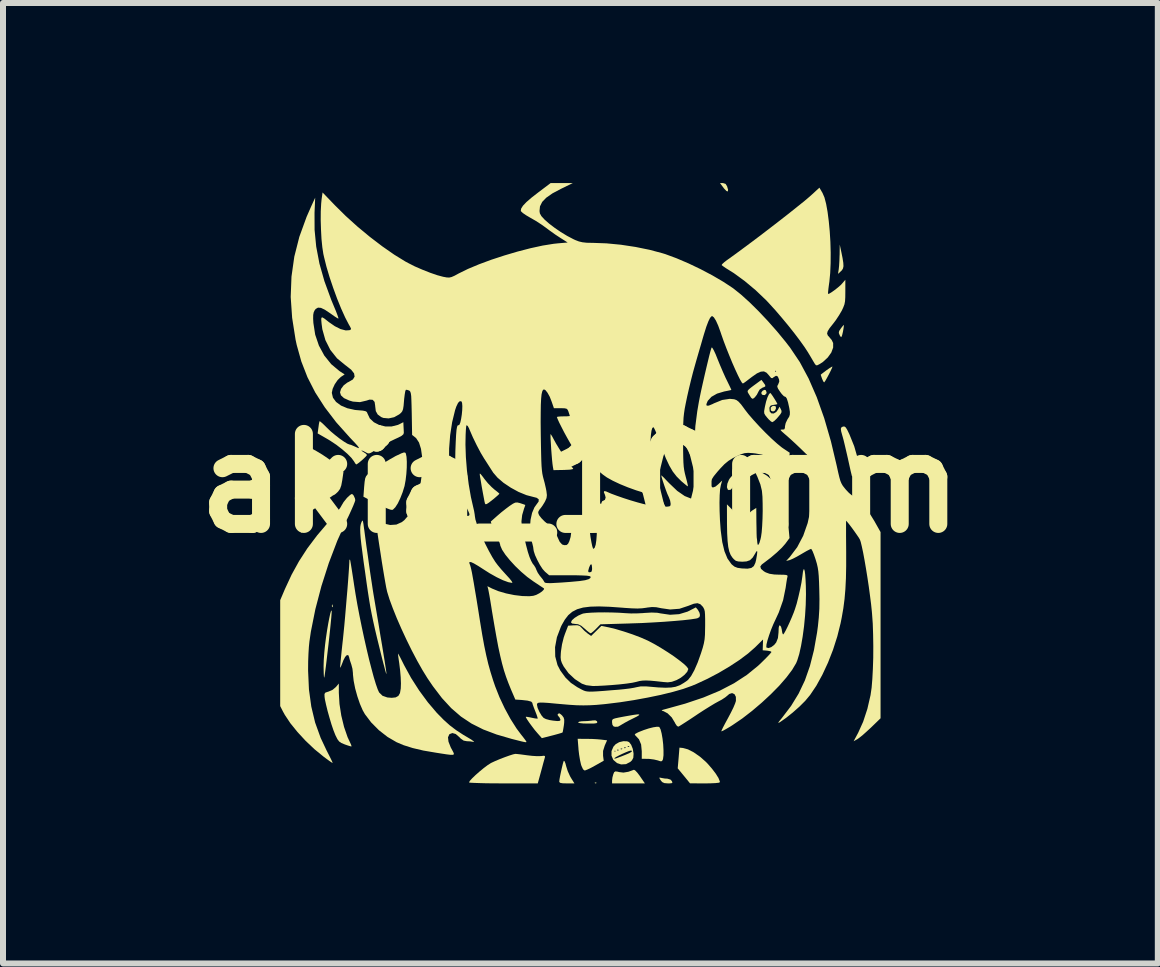
<source format=kicad_pcb>
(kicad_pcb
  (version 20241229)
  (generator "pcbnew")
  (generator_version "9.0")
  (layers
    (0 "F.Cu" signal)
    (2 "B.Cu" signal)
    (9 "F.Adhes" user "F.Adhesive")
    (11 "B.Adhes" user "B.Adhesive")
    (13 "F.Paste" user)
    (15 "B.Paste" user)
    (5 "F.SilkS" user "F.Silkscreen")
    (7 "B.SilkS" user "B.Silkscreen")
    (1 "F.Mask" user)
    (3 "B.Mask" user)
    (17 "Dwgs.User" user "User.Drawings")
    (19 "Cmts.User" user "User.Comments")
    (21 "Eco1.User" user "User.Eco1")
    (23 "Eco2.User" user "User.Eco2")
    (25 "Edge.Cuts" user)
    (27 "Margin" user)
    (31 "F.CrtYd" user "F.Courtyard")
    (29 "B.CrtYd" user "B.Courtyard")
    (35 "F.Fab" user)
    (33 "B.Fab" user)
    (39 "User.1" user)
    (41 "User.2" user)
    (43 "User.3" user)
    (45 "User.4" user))
  (footprint "akia_10mm"
    (layer "F.Cu")
    (at 6.621 5.002)
    (property "Reference" "akia_10mm" (at 0 0 0) (layer "F.SilkS") (effects (font (size 1.5 1.5) (thickness 0.3))))
    (attr board_only exclude_from_pos_files exclude_from_bom)
    (fp_poly (pts (xy -4.129 2.028) (xy -4.126 2.059) (xy -4.13 2.066) (xy -4.139 2.06) (xy -4.141 2.04) (xy -4.136 2.019)) (stroke (width 0) (type solid)) (fill yes) (layer "F.SilkS"))
    (fp_poly (pts (xy 0.267 4.989) (xy 0.264 5) (xy 0.254 5.002) (xy 0.238 4.995) (xy 0.241 4.989) (xy 0.264 4.986)) (stroke (width 0) (type solid)) (fill yes) (layer "F.SilkS"))
    (fp_poly (pts (xy 2.419 -4.988) (xy 2.444 -4.949) (xy 2.461 -4.89) (xy 2.457 -4.862) (xy 2.434 -4.869) (xy 2.395 -4.91) (xy 2.389 -4.918) (xy 2.326 -5.002) (xy 2.375 -5.002)) (stroke (width 0) (type solid)) (fill yes) (layer "F.SilkS"))
    (fp_poly (pts (xy 3.09 -1.549) (xy 3.103 -1.513) (xy 3.1 -1.496) (xy 3.074 -1.469) (xy 3.038 -1.47) (xy 3.018 -1.487) (xy 3.017 -1.516) (xy 3.039 -1.543) (xy 3.069 -1.556)) (stroke (width 0) (type solid)) (fill yes) (layer "F.SilkS"))
    (fp_poly (pts (xy 3.256 -1.28) (xy 3.259 -1.246) (xy 3.242 -1.21) (xy 3.211 -1.195) (xy 3.182 -1.205) (xy 3.173 -1.219) (xy 3.172 -1.262) (xy 3.202 -1.286) (xy 3.226 -1.29)) (stroke (width 0) (type solid)) (fill yes) (layer "F.SilkS"))
    (fp_poly (pts (xy -4.593 0.684) (xy -4.587 0.688) (xy -4.568 0.707) (xy -4.571 0.729) (xy -4.597 0.765) (xy -4.602 0.772) (xy -4.65 0.83) (xy -4.649 0.782) (xy -4.642 0.729) (xy -4.634 0.698) (xy -4.618 0.675)) (stroke (width 0) (type solid)) (fill yes) (layer "F.SilkS"))
    (fp_poly (pts (xy 2.604 -0.143) (xy 2.612 -0.102) (xy 2.596 -0.036) (xy 2.587 -0.016) (xy 2.544 0.064) (xy 2.505 0.108) (xy 2.47 0.114) (xy 2.455 0.104) (xy 2.442 0.066) (xy 2.449 0.008) (xy 2.475 -0.056) (xy 2.492 -0.083) (xy 2.539 -0.137) (xy 2.578 -0.156)) (stroke (width 0) (type solid)) (fill yes) (layer "F.SilkS"))
    (fp_poly (pts (xy 4.347 -3.859) (xy 4.369 -3.75) (xy 4.381 -3.672) (xy 4.384 -3.617) (xy 4.376 -3.579) (xy 4.359 -3.55) (xy 4.342 -3.533) (xy 4.293 -3.488) (xy 4.305 -3.566) (xy 4.311 -3.623) (xy 4.316 -3.704) (xy 4.319 -3.792) (xy 4.32 -3.81) (xy 4.322 -3.976)) (stroke (width 0) (type solid)) (fill yes) (layer "F.SilkS"))
    (fp_poly (pts (xy 4.39 -2.621) (xy 4.385 -2.58) (xy 4.376 -2.528) (xy 4.365 -2.48) (xy 4.358 -2.456) (xy 4.347 -2.434) (xy 4.334 -2.444) (xy 4.32 -2.468) (xy 4.306 -2.504) (xy 4.312 -2.536) (xy 4.339 -2.577) (xy 4.369 -2.616) (xy 4.387 -2.637) (xy 4.389 -2.638)) (stroke (width 0) (type solid)) (fill yes) (layer "F.SilkS"))
    (fp_poly (pts (xy 1.348 4.91) (xy 1.351 4.911) (xy 1.408 4.921) (xy 1.45 4.923) (xy 1.502 4.939) (xy 1.524 4.963) (xy 1.534 4.987) (xy 1.523 4.998) (xy 1.484 5.002) (xy 1.459 5.002) (xy 1.399 4.997) (xy 1.363 4.98) (xy 1.338 4.95) (xy 1.317 4.915) (xy 1.319 4.904)) (stroke (width 0) (type solid)) (fill yes) (layer "F.SilkS"))
    (fp_poly (pts (xy 0.912 4.785) (xy 0.947 4.821) (xy 0.989 4.876) (xy 0.994 4.884) (xy 1.075 5.002) (xy 0.801 5.002) (xy 0.528 5.002) (xy 0.528 4.956) (xy 0.534 4.903) (xy 0.548 4.851) (xy 0.563 4.815) (xy 0.584 4.802) (xy 0.623 4.807) (xy 0.644 4.813) (xy 0.718 4.822) (xy 0.801 4.808) (xy 0.892 4.775)) (stroke (width 0) (type solid)) (fill yes) (layer "F.SilkS"))
    (fp_poly (pts (xy 0.274 3.964) (xy 0.28 3.974) (xy 0.281 3.989) (xy 0.266 3.999) (xy 0.228 4.004) (xy 0.16 4.005) (xy 0.126 4.005) (xy 0.046 4.003) (xy -0.011 3.997) (xy -0.038 3.988) (xy -0.039 3.986) (xy -0.022 3.974) (xy 0.022 3.967) (xy 0.044 3.966) (xy 0.117 3.963) (xy 0.188 3.956) (xy 0.197 3.954) (xy 0.249 3.951)) (stroke (width 0) (type solid)) (fill yes) (layer "F.SilkS"))
    (fp_poly (pts (xy -0.263 4.634) (xy -0.248 4.672) (xy -0.237 4.715) (xy -0.211 4.797) (xy -0.173 4.881) (xy -0.156 4.911) (xy -0.099 5.002) (xy -0.225 5.002) (xy -0.298 5) (xy -0.338 4.992) (xy -0.352 4.977) (xy -0.352 4.975) (xy -0.348 4.936) (xy -0.337 4.876) (xy -0.322 4.804) (xy -0.306 4.732) (xy -0.291 4.671) (xy -0.279 4.632) (xy -0.275 4.625)) (stroke (width 0) (type solid)) (fill yes) (layer "F.SilkS"))
    (fp_poly (pts (xy 4.192 -1.919) (xy 4.171 -1.873) (xy 4.142 -1.816) (xy 4.111 -1.758) (xy 4.084 -1.71) (xy 4.065 -1.683) (xy 4.062 -1.68) (xy 4.047 -1.697) (xy 4.029 -1.737) (xy 4.027 -1.742) (xy 4.012 -1.785) (xy 4.005 -1.808) (xy 4.005 -1.808) (xy 4.02 -1.821) (xy 4.058 -1.85) (xy 4.103 -1.884) (xy 4.154 -1.919) (xy 4.189 -1.94) (xy 4.201 -1.944)) (stroke (width 0) (type solid)) (fill yes) (layer "F.SilkS"))
    (fp_poly (pts (xy 1.71 4.412) (xy 1.793 4.435) (xy 1.89 4.485) (xy 1.993 4.557) (xy 2.092 4.644) (xy 2.12 4.673) (xy 2.194 4.758) (xy 2.256 4.84) (xy 2.301 4.912) (xy 2.323 4.967) (xy 2.325 4.982) (xy 2.306 4.991) (xy 2.25 4.997) (xy 2.16 5.001) (xy 2.076 5.002) (xy 1.827 5.001) (xy 1.725 4.876) (xy 1.622 4.751) (xy 1.637 4.579) (xy 1.651 4.406)) (stroke (width 0) (type solid)) (fill yes) (layer "F.SilkS"))
    (fp_poly (pts (xy 3.051 -1.677) (xy 3.08 -1.635) (xy 3.08 -1.612) (xy 3.051 -1.598) (xy 3.038 -1.594) (xy 2.99 -1.564) (xy 2.968 -1.528) (xy 2.941 -1.475) (xy 2.907 -1.431) (xy 2.877 -1.408) (xy 2.87 -1.407) (xy 2.848 -1.421) (xy 2.841 -1.431) (xy 2.819 -1.466) (xy 2.799 -1.498) (xy 2.787 -1.521) (xy 2.789 -1.542) (xy 2.81 -1.567) (xy 2.855 -1.603) (xy 2.894 -1.632) (xy 3.017 -1.722)) (stroke (width 0) (type solid)) (fill yes) (layer "F.SilkS"))
    (fp_poly (pts (xy 0.1 4.26) (xy 0.189 4.261) (xy 0.28 4.266) (xy 0.345 4.272) (xy 0.445 4.284) (xy 0.406 4.372) (xy 0.378 4.461) (xy 0.378 4.542) (xy 0.389 4.624) (xy 0.246 4.705) (xy 0.176 4.743) (xy 0.117 4.771) (xy 0.078 4.786) (xy 0.071 4.787) (xy 0.045 4.768) (xy 0.018 4.71) (xy 0.01 4.685) (xy -0.006 4.614) (xy -0.021 4.523) (xy -0.032 4.43) (xy -0.032 4.421) (xy -0.045 4.259)) (stroke (width 0) (type solid)) (fill yes) (layer "F.SilkS"))
    (fp_poly (pts (xy 0.981 3.853) (xy 0.978 3.865) (xy 0.943 3.887) (xy 0.881 3.918) (xy 0.805 3.956) (xy 0.737 3.993) (xy 0.688 4.022) (xy 0.683 4.025) (xy 0.627 4.057) (xy 0.577 4.059) (xy 0.552 4.051) (xy 0.534 4.026) (xy 0.528 3.985) (xy 0.528 3.96) (xy 0.532 3.943) (xy 0.547 3.929) (xy 0.579 3.918) (xy 0.634 3.906) (xy 0.717 3.89) (xy 0.779 3.879) (xy 0.882 3.861) (xy 0.949 3.852)) (stroke (width 0) (type solid)) (fill yes) (layer "F.SilkS"))
    (fp_poly (pts (xy -1.659 -0.149) (xy -1.628 -0.11) (xy -1.597 -0.068) (xy -1.541 0.000401) (xy -1.479 0.064) (xy -1.43 0.107) (xy -1.384 0.143) (xy -1.355 0.168) (xy -1.35 0.176) (xy -1.365 0.192) (xy -1.402 0.225) (xy -1.455 0.27) (xy -1.466 0.278) (xy -1.525 0.324) (xy -1.561 0.347) (xy -1.581 0.35) (xy -1.59 0.337) (xy -1.598 0.303) (xy -1.61 0.239) (xy -1.626 0.154) (xy -1.644 0.055) (xy -1.661 -0.048) (xy -1.673 -0.117) (xy -1.677 -0.15) (xy -1.674 -0.162)) (stroke (width 0) (type solid)) (fill yes) (layer "F.SilkS"))
    (fp_poly (pts (xy -0.486 -0.806) (xy -0.463 -0.767) (xy -0.438 -0.72) (xy -0.406 -0.662) (xy -0.362 -0.589) (xy -0.312 -0.509) (xy -0.259 -0.429) (xy -0.21 -0.357) (xy -0.17 -0.301) (xy -0.142 -0.268) (xy -0.137 -0.264) (xy -0.119 -0.247) (xy -0.13 -0.234) (xy -0.174 -0.226) (xy -0.254 -0.222) (xy -0.283 -0.221) (xy -0.448 -0.218) (xy -0.459 -0.28) (xy -0.465 -0.324) (xy -0.472 -0.392) (xy -0.479 -0.476) (xy -0.486 -0.565) (xy -0.491 -0.653) (xy -0.496 -0.73) (xy -0.498 -0.787) (xy -0.498 -0.816) (xy -0.497 -0.818)) (stroke (width 0) (type solid)) (fill yes) (layer "F.SilkS"))
    (fp_poly (pts (xy -4.144 2.139) (xy -4.146 2.176) (xy -4.151 2.243) (xy -4.16 2.334) (xy -4.171 2.443) (xy -4.184 2.564) (xy -4.198 2.691) (xy -4.213 2.817) (xy -4.227 2.938) (xy -4.24 3.046) (xy -4.252 3.136) (xy -4.261 3.201) (xy -4.267 3.236) (xy -4.269 3.24) (xy -4.273 3.226) (xy -4.276 3.181) (xy -4.278 3.111) (xy -4.279 3.046) (xy -4.276 2.945) (xy -4.267 2.821) (xy -4.254 2.691) (xy -4.239 2.574) (xy -4.22 2.447) (xy -4.201 2.335) (xy -4.183 2.242) (xy -4.168 2.173) (xy -4.155 2.13) (xy -4.147 2.119)) (stroke (width 0) (type solid)) (fill yes) (layer "F.SilkS"))
    (fp_poly (pts (xy 1.311 4.06) (xy 1.315 4.062) (xy 1.336 4.101) (xy 1.354 4.17) (xy 1.369 4.257) (xy 1.38 4.353) (xy 1.385 4.448) (xy 1.385 4.533) (xy 1.377 4.596) (xy 1.371 4.613) (xy 1.357 4.632) (xy 1.332 4.633) (xy 1.29 4.619) (xy 1.227 4.604) (xy 1.151 4.594) (xy 1.122 4.593) (xy 1.023 4.592) (xy 1.023 4.467) (xy 1.012 4.353) (xy 0.976 4.267) (xy 0.92 4.207) (xy 0.906 4.191) (xy 0.917 4.175) (xy 0.958 4.153) (xy 0.978 4.144) (xy 1.057 4.113) (xy 1.139 4.086) (xy 1.215 4.067) (xy 1.276 4.058)) (stroke (width 0) (type solid)) (fill yes) (layer "F.SilkS"))
    (fp_poly (pts (xy -4.025 3.493) (xy -4.014 3.679) (xy -3.984 3.872) (xy -3.938 4.061) (xy -3.879 4.232) (xy -3.845 4.305) (xy -3.823 4.352) (xy -3.813 4.382) (xy -3.814 4.386) (xy -3.834 4.383) (xy -3.879 4.369) (xy -3.925 4.353) (xy -3.982 4.329) (xy -4.019 4.304) (xy -4.048 4.266) (xy -4.079 4.205) (xy -4.085 4.191) (xy -4.114 4.118) (xy -4.147 4.021) (xy -4.18 3.91) (xy -4.212 3.796) (xy -4.238 3.69) (xy -4.257 3.602) (xy -4.263 3.557) (xy -4.264 3.512) (xy -4.249 3.489) (xy -4.207 3.475) (xy -4.196 3.472) (xy -4.128 3.442) (xy -4.074 3.396) (xy -4.025 3.338)) (stroke (width 0) (type solid)) (fill yes) (layer "F.SilkS"))
    (fp_poly (pts (xy 4.422 -0.929) (xy 4.446 -0.891) (xy 4.478 -0.825) (xy 4.485 -0.81) (xy 4.563 -0.616) (xy 4.614 -0.439) (xy 4.637 -0.283) (xy 4.637 -0.261) (xy 4.638 -0.191) (xy 4.634 -0.151) (xy 4.622 -0.13) (xy 4.598 -0.119) (xy 4.586 -0.116) (xy 4.539 -0.111) (xy 4.523 -0.123) (xy 4.517 -0.15) (xy 4.503 -0.207) (xy 4.485 -0.288) (xy 4.464 -0.383) (xy 4.456 -0.42) (xy 4.431 -0.528) (xy 4.407 -0.631) (xy 4.386 -0.718) (xy 4.369 -0.78) (xy 4.366 -0.79) (xy 4.346 -0.862) (xy 4.34 -0.906) (xy 4.348 -0.929) (xy 4.371 -0.942) (xy 4.378 -0.944) (xy 4.401 -0.945)) (stroke (width 0) (type solid)) (fill yes) (layer "F.SilkS"))
    (fp_poly (pts (xy -2.921 -0.511) (xy -2.91 -0.498) (xy -2.908 -0.493) (xy -2.897 -0.44) (xy -2.892 -0.358) (xy -2.893 -0.259) (xy -2.9 -0.154) (xy -2.912 -0.052) (xy -2.928 0.036) (xy -2.93 0.047) (xy -2.962 0.151) (xy -3.001 0.25) (xy -3.042 0.336) (xy -3.084 0.401) (xy -3.122 0.439) (xy -3.137 0.445) (xy -3.17 0.439) (xy -3.228 0.417) (xy -3.304 0.383) (xy -3.391 0.341) (xy -3.397 0.338) (xy -3.615 0.225) (xy -3.603 0.059) (xy -3.595 -0.025) (xy -3.586 -0.08) (xy -3.571 -0.116) (xy -3.549 -0.143) (xy -3.539 -0.152) (xy -3.469 -0.207) (xy -3.376 -0.272) (xy -3.272 -0.34) (xy -3.168 -0.402) (xy -3.078 -0.453) (xy -3.048 -0.467) (xy -2.982 -0.498) (xy -2.942 -0.512)) (stroke (width 0) (type solid)) (fill yes) (layer "F.SilkS"))
    (fp_poly (pts (xy -1.057 4.512) (xy -1.002 4.518) (xy -0.927 4.528) (xy -0.891 4.533) (xy -0.804 4.543) (xy -0.724 4.548) (xy -0.663 4.547) (xy -0.65 4.546) (xy -0.605 4.541) (xy -0.589 4.55) (xy -0.591 4.568) (xy -0.6 4.6) (xy -0.617 4.66) (xy -0.638 4.739) (xy -0.655 4.802) (xy -0.71 5.002) (xy -1.283 5.002) (xy -1.428 5.001) (xy -1.56 5) (xy -1.673 4.997) (xy -1.763 4.994) (xy -1.825 4.991) (xy -1.854 4.987) (xy -1.856 4.986) (xy -1.842 4.96) (xy -1.803 4.917) (xy -1.747 4.863) (xy -1.681 4.805) (xy -1.612 4.748) (xy -1.547 4.699) (xy -1.494 4.665) (xy -1.485 4.66) (xy -1.423 4.631) (xy -1.345 4.598) (xy -1.262 4.566) (xy -1.184 4.538) (xy -1.121 4.518) (xy -1.084 4.51)) (stroke (width 0) (type solid)) (fill yes) (layer "F.SilkS"))
    (fp_poly (pts (xy 3.178 -1.49) (xy 3.205 -1.452) (xy 3.235 -1.405) (xy 3.263 -1.359) (xy 3.28 -1.327) (xy 3.282 -1.319) (xy 3.265 -1.312) (xy 3.224 -1.306) (xy 3.219 -1.305) (xy 3.173 -1.295) (xy 3.153 -1.269) (xy 3.15 -1.249) (xy 3.155 -1.194) (xy 3.183 -1.164) (xy 3.222 -1.162) (xy 3.264 -1.187) (xy 3.295 -1.23) (xy 3.318 -1.275) (xy 3.341 -1.232) (xy 3.352 -1.205) (xy 3.35 -1.179) (xy 3.331 -1.147) (xy 3.291 -1.099) (xy 3.265 -1.07) (xy 3.228 -1.035) (xy 3.199 -1.018) (xy 3.196 -1.018) (xy 3.172 -1.032) (xy 3.134 -1.068) (xy 3.114 -1.091) (xy 3.081 -1.132) (xy 3.064 -1.164) (xy 3.062 -1.201) (xy 3.072 -1.259) (xy 3.076 -1.28) (xy 3.095 -1.362) (xy 3.118 -1.432) (xy 3.142 -1.482) (xy 3.162 -1.504) (xy 3.164 -1.504)) (stroke (width 0) (type solid)) (fill yes) (layer "F.SilkS"))
    (fp_poly (pts (xy -4.559 -0.613) (xy -4.484 -0.581) (xy -4.394 -0.533) (xy -4.298 -0.475) (xy -4.202 -0.41) (xy -4.114 -0.344) (xy -4.042 -0.282) (xy -4.031 -0.27) (xy -3.948 -0.186) (xy -3.968 -0.049) (xy -3.984 0.036) (xy -4.005 0.095) (xy -4.037 0.139) (xy -4.039 0.141) (xy -4.076 0.176) (xy -4.102 0.195) (xy -4.105 0.195) (xy -4.126 0.206) (xy -4.17 0.237) (xy -4.232 0.281) (xy -4.288 0.322) (xy -4.358 0.374) (xy -4.417 0.416) (xy -4.458 0.442) (xy -4.473 0.449) (xy -4.498 0.436) (xy -4.509 0.425) (xy -4.528 0.387) (xy -4.551 0.32) (xy -4.576 0.231) (xy -4.599 0.129) (xy -4.613 0.059) (xy -4.622 -0.009) (xy -4.629 -0.105) (xy -4.635 -0.215) (xy -4.638 -0.329) (xy -4.638 -0.347) (xy -4.639 -0.458) (xy -4.637 -0.536) (xy -4.633 -0.586) (xy -4.627 -0.613) (xy -4.617 -0.624) (xy -4.611 -0.625)) (stroke (width 0) (type solid)) (fill yes) (layer "F.SilkS"))
    (fp_poly (pts (xy -3.623 0.635) (xy -3.615 0.678) (xy -3.605 0.754) (xy -3.602 0.772) (xy -3.585 0.902) (xy -3.565 1.05) (xy -3.542 1.208) (xy -3.52 1.367) (xy -3.498 1.52) (xy -3.477 1.657) (xy -3.46 1.771) (xy -3.448 1.846) (xy -3.403 2.112) (xy -3.364 2.342) (xy -3.332 2.539) (xy -3.304 2.703) (xy -3.282 2.839) (xy -3.264 2.948) (xy -3.251 3.033) (xy -3.241 3.097) (xy -3.235 3.14) (xy -3.232 3.167) (xy -3.232 3.179) (xy -3.232 3.18) (xy -3.239 3.164) (xy -3.253 3.115) (xy -3.273 3.038) (xy -3.299 2.939) (xy -3.328 2.823) (xy -3.348 2.741) (xy -3.39 2.571) (xy -3.424 2.427) (xy -3.452 2.302) (xy -3.476 2.187) (xy -3.498 2.074) (xy -3.518 1.955) (xy -3.539 1.821) (xy -3.562 1.663) (xy -3.584 1.504) (xy -3.612 1.309) (xy -3.633 1.148) (xy -3.65 1.018) (xy -3.661 0.915) (xy -3.667 0.834) (xy -3.669 0.772) (xy -3.667 0.726) (xy -3.661 0.69) (xy -3.652 0.661) (xy -3.652 0.66) (xy -3.639 0.631) (xy -3.63 0.621)) (stroke (width 0) (type solid)) (fill yes) (layer "F.SilkS"))
    (fp_poly (pts (xy 1.959 2.111) (xy 1.985 2.159) (xy 1.993 2.198) (xy 1.984 2.231) (xy 1.95 2.25) (xy 1.928 2.255) (xy 1.836 2.269) (xy 1.711 2.283) (xy 1.561 2.296) (xy 1.392 2.309) (xy 1.21 2.32) (xy 1.022 2.33) (xy 0.836 2.336) (xy 0.817 2.337) (xy 0.334 2.351) (xy 0.261 2.426) (xy 0.217 2.468) (xy 0.183 2.495) (xy 0.171 2.501) (xy 0.15 2.489) (xy 0.109 2.457) (xy 0.071 2.423) (xy 0.012 2.374) (xy -0.038 2.35) (xy -0.085 2.345) (xy -0.138 2.338) (xy -0.156 2.319) (xy -0.156 2.316) (xy -0.14 2.283) (xy -0.096 2.244) (xy -0.036 2.206) (xy 0.03 2.177) (xy 0.049 2.171) (xy 0.102 2.163) (xy 0.184 2.157) (xy 0.289 2.153) (xy 0.406 2.152) (xy 0.527 2.154) (xy 0.643 2.158) (xy 0.746 2.165) (xy 0.762 2.166) (xy 0.843 2.17) (xy 0.944 2.169) (xy 1.046 2.164) (xy 1.065 2.162) (xy 1.188 2.155) (xy 1.284 2.159) (xy 1.335 2.169) (xy 1.494 2.192) (xy 1.646 2.182) (xy 1.785 2.14) (xy 1.807 2.129) (xy 1.924 2.069)) (stroke (width 0) (type solid)) (fill yes) (layer "F.SilkS"))
    (fp_poly (pts (xy -3.794 0.186) (xy -3.779 0.204) (xy -3.757 0.251) (xy -3.751 0.282) (xy -3.76 0.313) (xy -3.783 0.371) (xy -3.818 0.451) (xy -3.861 0.545) (xy -3.891 0.606) (xy -4.05 0.957) (xy -4.192 1.33) (xy -4.315 1.714) (xy -4.416 2.099) (xy -4.491 2.474) (xy -4.515 2.638) (xy -4.524 2.727) (xy -4.531 2.842) (xy -4.536 2.969) (xy -4.537 3.096) (xy -4.537 3.126) (xy -4.523 3.436) (xy -4.484 3.721) (xy -4.42 3.988) (xy -4.328 4.243) (xy -4.229 4.453) (xy -4.188 4.533) (xy -4.155 4.599) (xy -4.134 4.644) (xy -4.128 4.662) (xy -4.145 4.653) (xy -4.185 4.626) (xy -4.242 4.584) (xy -4.276 4.559) (xy -4.43 4.433) (xy -4.578 4.293) (xy -4.714 4.146) (xy -4.832 4) (xy -4.924 3.862) (xy -4.955 3.806) (xy -5.002 3.714) (xy -5.002 2.831) (xy -5.002 1.949) (xy -4.922 1.761) (xy -4.811 1.522) (xy -4.688 1.299) (xy -4.548 1.083) (xy -4.385 0.867) (xy -4.194 0.642) (xy -4.158 0.603) (xy -4.094 0.529) (xy -4.038 0.459) (xy -3.996 0.401) (xy -3.978 0.369) (xy -3.946 0.315) (xy -3.899 0.256) (xy -3.879 0.234) (xy -3.836 0.195) (xy -3.811 0.18)) (stroke (width 0) (type solid)) (fill yes) (layer "F.SilkS"))
    (fp_poly (pts (xy -0.012 2.378) (xy 0.018 2.407) (xy 0.022 2.411) (xy 0.066 2.458) (xy 0.118 2.502) (xy 0.12 2.503) (xy 0.179 2.545) (xy 0.264 2.462) (xy 0.349 2.378) (xy 0.473 2.402) (xy 0.588 2.43) (xy 0.725 2.471) (xy 0.869 2.519) (xy 1.006 2.571) (xy 1.122 2.622) (xy 1.142 2.632) (xy 1.245 2.687) (xy 1.353 2.751) (xy 1.461 2.819) (xy 1.562 2.887) (xy 1.651 2.953) (xy 1.724 3.011) (xy 1.774 3.059) (xy 1.797 3.092) (xy 1.798 3.097) (xy 1.781 3.141) (xy 1.737 3.191) (xy 1.674 3.241) (xy 1.602 3.281) (xy 1.599 3.282) (xy 1.524 3.309) (xy 1.456 3.318) (xy 1.388 3.313) (xy 1.262 3.299) (xy 1.166 3.29) (xy 1.094 3.287) (xy 1.036 3.289) (xy 0.986 3.296) (xy 0.936 3.309) (xy 0.929 3.311) (xy 0.864 3.325) (xy 0.769 3.339) (xy 0.654 3.352) (xy 0.527 3.363) (xy 0.398 3.372) (xy 0.275 3.378) (xy 0.205 3.379) (xy 0.098 3.366) (xy 0.025 3.34) (xy -0.092 3.264) (xy -0.198 3.165) (xy -0.278 3.054) (xy -0.281 3.049) (xy -0.309 2.994) (xy -0.324 2.949) (xy -0.329 2.9) (xy -0.326 2.832) (xy -0.323 2.798) (xy -0.306 2.685) (xy -0.277 2.569) (xy -0.257 2.511) (xy -0.204 2.374) (xy -0.111 2.368) (xy -0.05 2.367)) (stroke (width 0) (type solid)) (fill yes) (layer "F.SilkS"))
    (fp_poly (pts (xy 0.777 4.3) (xy 0.811 4.313) (xy 0.846 4.358) (xy 0.873 4.426) (xy 0.886 4.504) (xy 0.886 4.514) (xy 0.882 4.575) (xy 0.86 4.617) (xy 0.834 4.642) (xy 0.761 4.681) (xy 0.679 4.686) (xy 0.61 4.663) (xy 0.549 4.61) (xy 0.537 4.583) (xy 0.567 4.583) (xy 0.568 4.588) (xy 0.577 4.589) (xy 0.6 4.583) (xy 0.643 4.567) (xy 0.714 4.54) (xy 0.747 4.527) (xy 0.813 4.499) (xy 0.852 4.476) (xy 0.861 4.46) (xy 0.84 4.455) (xy 0.811 4.462) (xy 0.761 4.482) (xy 0.702 4.508) (xy 0.642 4.537) (xy 0.595 4.562) (xy 0.569 4.58) (xy 0.567 4.583) (xy 0.537 4.583) (xy 0.519 4.541) (xy 0.519 4.465) (xy 0.567 4.465) (xy 0.576 4.474) (xy 0.586 4.465) (xy 0.576 4.455) (xy 0.567 4.465) (xy 0.519 4.465) (xy 0.519 4.464) (xy 0.528 4.442) (xy 0.612 4.442) (xy 0.615 4.453) (xy 0.625 4.455) (xy 0.641 4.448) (xy 0.638 4.442) (xy 0.615 4.439) (xy 0.612 4.442) (xy 0.528 4.442) (xy 0.537 4.422) (xy 0.671 4.422) (xy 0.674 4.434) (xy 0.684 4.435) (xy 0.7 4.428) (xy 0.697 4.422) (xy 0.674 4.42) (xy 0.671 4.422) (xy 0.537 4.422) (xy 0.545 4.403) (xy 0.729 4.403) (xy 0.732 4.414) (xy 0.742 4.416) (xy 0.759 4.409) (xy 0.755 4.403) (xy 0.732 4.4) (xy 0.729 4.403) (xy 0.545 4.403) (xy 0.55 4.391) (xy 0.557 4.383) (xy 0.788 4.383) (xy 0.791 4.395) (xy 0.801 4.396) (xy 0.817 4.389) (xy 0.814 4.383) (xy 0.791 4.381) (xy 0.788 4.383) (xy 0.557 4.383) (xy 0.59 4.347) (xy 0.647 4.315) (xy 0.715 4.299)) (stroke (width 0) (type solid)) (fill yes) (layer "F.SilkS"))
    (fp_poly (pts (xy 4.035 -4.836) (xy 4.067 -4.762) (xy 4.095 -4.655) (xy 4.119 -4.521) (xy 4.139 -4.366) (xy 4.155 -4.198) (xy 4.166 -4.021) (xy 4.171 -3.843) (xy 4.17 -3.668) (xy 4.163 -3.504) (xy 4.149 -3.357) (xy 4.144 -3.324) (xy 4.134 -3.249) (xy 4.128 -3.191) (xy 4.126 -3.158) (xy 4.127 -3.155) (xy 4.147 -3.159) (xy 4.187 -3.183) (xy 4.239 -3.22) (xy 4.292 -3.262) (xy 4.339 -3.303) (xy 4.361 -3.327) (xy 4.415 -3.39) (xy 4.415 -3.193) (xy 4.414 -3.099) (xy 4.41 -3.032) (xy 4.4 -2.98) (xy 4.381 -2.93) (xy 4.358 -2.88) (xy 4.312 -2.801) (xy 4.255 -2.715) (xy 4.211 -2.657) (xy 4.153 -2.584) (xy 4.121 -2.533) (xy 4.111 -2.494) (xy 4.123 -2.462) (xy 4.149 -2.433) (xy 4.188 -2.386) (xy 4.211 -2.338) (xy 4.212 -2.338) (xy 4.212 -2.26) (xy 4.181 -2.177) (xy 4.122 -2.095) (xy 4.042 -2.021) (xy 3.99 -1.987) (xy 3.949 -1.966) (xy 3.926 -1.966) (xy 3.907 -1.988) (xy 3.902 -1.997) (xy 3.879 -2.035) (xy 3.844 -2.095) (xy 3.802 -2.165) (xy 3.794 -2.179) (xy 3.738 -2.265) (xy 3.661 -2.373) (xy 3.569 -2.495) (xy 3.466 -2.625) (xy 3.358 -2.755) (xy 3.252 -2.879) (xy 3.152 -2.989) (xy 3.1 -3.045) (xy 2.922 -3.215) (xy 2.738 -3.369) (xy 2.557 -3.501) (xy 2.485 -3.546) (xy 2.424 -3.584) (xy 2.378 -3.616) (xy 2.355 -3.634) (xy 2.354 -3.635) (xy 2.364 -3.652) (xy 2.399 -3.684) (xy 2.438 -3.714) (xy 2.573 -3.811) (xy 2.721 -3.92) (xy 2.877 -4.036) (xy 3.037 -4.157) (xy 3.196 -4.279) (xy 3.35 -4.398) (xy 3.494 -4.511) (xy 3.623 -4.614) (xy 3.734 -4.703) (xy 3.82 -4.776) (xy 3.867 -4.818) (xy 3.983 -4.925)) (stroke (width 0) (type solid)) (fill yes) (layer "F.SilkS"))
    (fp_poly (pts (xy -3.839 1.273) (xy -3.834 1.294) (xy -3.824 1.349) (xy -3.811 1.43) (xy -3.795 1.533) (xy -3.777 1.651) (xy -3.771 1.692) (xy -3.746 1.851) (xy -3.716 2.024) (xy -3.681 2.207) (xy -3.643 2.394) (xy -3.603 2.581) (xy -3.562 2.763) (xy -3.521 2.936) (xy -3.48 3.094) (xy -3.443 3.232) (xy -3.408 3.347) (xy -3.378 3.433) (xy -3.354 3.486) (xy -3.352 3.488) (xy -3.297 3.542) (xy -3.217 3.57) (xy -3.144 3.576) (xy -3.078 3.569) (xy -3.033 3.544) (xy -3.006 3.497) (xy -2.993 3.421) (xy -2.99 3.336) (xy -2.994 3.233) (xy -3.004 3.117) (xy -3.017 3.011) (xy -3.017 3.009) (xy -3.028 2.934) (xy -3.036 2.875) (xy -3.039 2.842) (xy -3.039 2.838) (xy -3.029 2.853) (xy -3.006 2.895) (xy -2.973 2.96) (xy -2.936 3.034) (xy -2.821 3.244) (xy -2.687 3.453) (xy -2.543 3.649) (xy -2.398 3.82) (xy -2.39 3.829) (xy -2.279 3.942) (xy -2.178 4.033) (xy -2.073 4.113) (xy -1.952 4.192) (xy -1.879 4.235) (xy -1.819 4.271) (xy -1.782 4.298) (xy -1.771 4.311) (xy -1.778 4.311) (xy -1.834 4.302) (xy -1.892 4.299) (xy -1.945 4.289) (xy -1.993 4.256) (xy -2.018 4.23) (xy -2.077 4.179) (xy -2.133 4.163) (xy -2.18 4.181) (xy -2.184 4.185) (xy -2.206 4.234) (xy -2.198 4.306) (xy -2.161 4.4) (xy -2.149 4.423) (xy -2.125 4.467) (xy -2.11 4.498) (xy -2.108 4.517) (xy -2.125 4.526) (xy -2.163 4.526) (xy -2.229 4.518) (xy -2.327 4.503) (xy -2.403 4.491) (xy -2.615 4.455) (xy -2.794 4.413) (xy -2.946 4.365) (xy -3.062 4.316) (xy -3.213 4.228) (xy -3.358 4.115) (xy -3.486 3.986) (xy -3.59 3.849) (xy -3.627 3.784) (xy -3.673 3.678) (xy -3.716 3.552) (xy -3.753 3.419) (xy -3.778 3.292) (xy -3.79 3.184) (xy -3.79 3.165) (xy -3.798 3.092) (xy -3.817 3.02) (xy -3.819 3.014) (xy -3.839 2.956) (xy -3.852 2.908) (xy -3.853 2.901) (xy -3.867 2.866) (xy -3.891 2.864) (xy -3.92 2.895) (xy -3.951 2.955) (xy -3.96 2.98) (xy -3.982 3.036) (xy -3.998 3.069) (xy -4.004 3.073) (xy -4.003 3.048) (xy -3.997 2.989) (xy -3.989 2.903) (xy -3.978 2.796) (xy -3.965 2.674) (xy -3.957 2.604) (xy -3.946 2.495) (xy -3.933 2.364) (xy -3.92 2.22) (xy -3.907 2.067) (xy -3.894 1.912) (xy -3.881 1.761) (xy -3.87 1.62) (xy -3.861 1.495) (xy -3.854 1.392) (xy -3.85 1.317) (xy -3.849 1.283) (xy -3.842 1.271)) (stroke (width 0) (type solid)) (fill yes) (layer "F.SilkS"))
    (fp_poly (pts (xy -4.43 -4.504) (xy -4.429 -4.222) (xy -4.402 -3.943) (xy -4.348 -3.659) (xy -4.265 -3.366) (xy -4.152 -3.057) (xy -4.109 -2.953) (xy -4.075 -2.872) (xy -4.049 -2.804) (xy -4.034 -2.759) (xy -4.031 -2.743) (xy -4.049 -2.75) (xy -4.09 -2.776) (xy -4.147 -2.816) (xy -4.171 -2.833) (xy -4.258 -2.891) (xy -4.323 -2.922) (xy -4.372 -2.926) (xy -4.41 -2.904) (xy -4.428 -2.881) (xy -4.444 -2.847) (xy -4.452 -2.804) (xy -4.453 -2.74) (xy -4.449 -2.67) (xy -4.419 -2.476) (xy -4.357 -2.293) (xy -4.267 -2.127) (xy -4.152 -1.984) (xy -4.016 -1.87) (xy -4.011 -1.867) (xy -3.928 -1.813) (xy -3.991 -1.771) (xy -4.044 -1.72) (xy -4.093 -1.649) (xy -4.128 -1.573) (xy -4.142 -1.506) (xy -4.142 -1.505) (xy -4.123 -1.425) (xy -4.071 -1.354) (xy -3.989 -1.294) (xy -3.882 -1.249) (xy -3.756 -1.221) (xy -3.7 -1.216) (xy -3.626 -1.21) (xy -3.582 -1.201) (xy -3.56 -1.188) (xy -3.549 -1.166) (xy -3.548 -1.162) (xy -3.509 -1.08) (xy -3.441 -1.016) (xy -3.352 -0.97) (xy -3.25 -0.946) (xy -3.144 -0.946) (xy -3.04 -0.972) (xy -3.01 -0.986) (xy -2.95 -1.017) (xy -2.947 -0.948) (xy -2.944 -0.889) (xy -2.942 -0.841) (xy -2.942 -0.84) (xy -2.949 -0.816) (xy -2.977 -0.791) (xy -3.031 -0.762) (xy -3.09 -0.735) (xy -3.183 -0.69) (xy -3.285 -0.634) (xy -3.376 -0.579) (xy -3.38 -0.576) (xy -3.448 -0.532) (xy -3.493 -0.506) (xy -3.523 -0.496) (xy -3.548 -0.5) (xy -3.575 -0.514) (xy -3.576 -0.515) (xy -3.618 -0.537) (xy -3.646 -0.546) (xy -3.647 -0.546) (xy -3.644 -0.538) (xy -3.614 -0.519) (xy -3.61 -0.516) (xy -3.572 -0.491) (xy -3.556 -0.47) (xy -3.556 -0.47) (xy -3.57 -0.45) (xy -3.604 -0.416) (xy -3.648 -0.376) (xy -3.692 -0.34) (xy -3.725 -0.317) (xy -3.735 -0.313) (xy -3.75 -0.328) (xy -3.772 -0.364) (xy -3.814 -0.421) (xy -3.882 -0.49) (xy -3.969 -0.565) (xy -4.066 -0.64) (xy -4.168 -0.708) (xy -4.209 -0.733) (xy -4.378 -0.83) (xy -4.365 -0.928) (xy -4.357 -0.986) (xy -4.349 -1.025) (xy -4.345 -1.034) (xy -4.329 -1.024) (xy -4.293 -0.993) (xy -4.243 -0.944) (xy -4.219 -0.92) (xy -4.158 -0.862) (xy -4.086 -0.802) (xy -4.012 -0.744) (xy -3.942 -0.695) (xy -3.885 -0.66) (xy -3.848 -0.645) (xy -3.845 -0.645) (xy -3.818 -0.637) (xy -3.771 -0.617) (xy -3.749 -0.607) (xy -3.711 -0.59) (xy -3.691 -0.584) (xy -3.691 -0.593) (xy -3.711 -0.621) (xy -3.754 -0.669) (xy -3.823 -0.742) (xy -3.842 -0.762) (xy -4.069 -1.016) (xy -4.26 -1.266) (xy -4.419 -1.514) (xy -4.548 -1.767) (xy -4.65 -2.029) (xy -4.727 -2.305) (xy -4.746 -2.393) (xy -4.803 -2.756) (xy -4.827 -3.104) (xy -4.814 -3.442) (xy -4.767 -3.775) (xy -4.683 -4.106) (xy -4.562 -4.439) (xy -4.486 -4.612) (xy -4.419 -4.758)) (stroke (width 0) (type solid)) (fill yes) (layer "F.SilkS"))
    (fp_poly (pts (xy -0.311 -5.001) (xy -0.127 -5.001) (xy -0.326 -4.904) (xy -0.465 -4.83) (xy -0.568 -4.758) (xy -0.636 -4.688) (xy -0.673 -4.614) (xy -0.681 -4.536) (xy -0.675 -4.496) (xy -0.65 -4.451) (xy -0.597 -4.393) (xy -0.521 -4.326) (xy -0.429 -4.256) (xy -0.327 -4.186) (xy -0.22 -4.121) (xy -0.115 -4.066) (xy -0.085 -4.052) (xy -0.025 -4.029) (xy 0.034 -4.015) (xy 0.105 -4.007) (xy 0.202 -4.005) (xy 0.211 -4.005) (xy 0.434 -3.997) (xy 0.675 -3.974) (xy 0.919 -3.937) (xy 1.155 -3.889) (xy 1.368 -3.832) (xy 1.417 -3.817) (xy 1.601 -3.749) (xy 1.8 -3.664) (xy 2.003 -3.567) (xy 2.2 -3.463) (xy 2.381 -3.357) (xy 2.536 -3.255) (xy 2.55 -3.245) (xy 2.676 -3.144) (xy 2.817 -3.017) (xy 2.968 -2.868) (xy 3.122 -2.705) (xy 3.275 -2.532) (xy 3.419 -2.357) (xy 3.496 -2.257) (xy 3.656 -2.019) (xy 3.803 -1.745) (xy 3.939 -1.433) (xy 4.063 -1.084) (xy 4.175 -0.698) (xy 4.27 -0.298) (xy 4.295 -0.184) (xy 4.315 -0.1) (xy 4.332 -0.04) (xy 4.351 0.005) (xy 4.373 0.043) (xy 4.402 0.08) (xy 4.424 0.107) (xy 4.475 0.161) (xy 4.523 0.201) (xy 4.557 0.218) (xy 4.557 0.218) (xy 4.595 0.239) (xy 4.647 0.287) (xy 4.709 0.356) (xy 4.775 0.442) (xy 4.841 0.537) (xy 4.902 0.636) (xy 4.909 0.649) (xy 5.002 0.814) (xy 5.002 2.366) (xy 5.002 3.917) (xy 4.84 4.074) (xy 4.768 4.14) (xy 4.701 4.2) (xy 4.645 4.244) (xy 4.615 4.265) (xy 4.553 4.3) (xy 4.629 4.158) (xy 4.712 3.974) (xy 4.782 3.761) (xy 4.836 3.527) (xy 4.836 3.524) (xy 4.853 3.408) (xy 4.865 3.262) (xy 4.874 3.092) (xy 4.88 2.907) (xy 4.881 2.714) (xy 4.878 2.523) (xy 4.872 2.34) (xy 4.86 2.174) (xy 4.857 2.139) (xy 4.844 2.014) (xy 4.826 1.873) (xy 4.806 1.724) (xy 4.783 1.571) (xy 4.759 1.422) (xy 4.735 1.282) (xy 4.712 1.158) (xy 4.69 1.055) (xy 4.672 0.98) (xy 4.659 0.942) (xy 4.641 0.91) (xy 4.607 0.86) (xy 4.565 0.8) (xy 4.52 0.738) (xy 4.478 0.683) (xy 4.445 0.643) (xy 4.427 0.625) (xy 4.427 0.625) (xy 4.427 0.644) (xy 4.427 0.697) (xy 4.427 0.778) (xy 4.427 0.884) (xy 4.428 1.008) (xy 4.429 1.147) (xy 4.429 1.148) (xy 4.429 1.382) (xy 4.425 1.585) (xy 4.416 1.764) (xy 4.402 1.928) (xy 4.382 2.083) (xy 4.355 2.238) (xy 4.336 2.333) (xy 4.281 2.553) (xy 4.21 2.775) (xy 4.126 2.99) (xy 4.032 3.192) (xy 3.932 3.374) (xy 3.828 3.529) (xy 3.747 3.626) (xy 3.65 3.723) (xy 3.539 3.821) (xy 3.429 3.909) (xy 3.331 3.978) (xy 3.304 3.993) (xy 3.297 3.992) (xy 3.311 3.97) (xy 3.35 3.922) (xy 3.362 3.907) (xy 3.511 3.711) (xy 3.637 3.505) (xy 3.741 3.286) (xy 3.825 3.046) (xy 3.892 2.782) (xy 3.944 2.488) (xy 3.958 2.384) (xy 3.973 2.236) (xy 3.982 2.09) (xy 3.984 1.93) (xy 3.981 1.778) (xy 3.977 1.648) (xy 3.972 1.548) (xy 3.965 1.469) (xy 3.955 1.404) (xy 3.941 1.342) (xy 3.921 1.275) (xy 3.918 1.265) (xy 3.892 1.19) (xy 3.869 1.132) (xy 3.85 1.099) (xy 3.844 1.094) (xy 3.82 1.104) (xy 3.771 1.129) (xy 3.707 1.166) (xy 3.68 1.182) (xy 3.607 1.224) (xy 3.541 1.258) (xy 3.492 1.279) (xy 3.483 1.282) (xy 3.429 1.295) (xy 3.49 1.229) (xy 3.613 1.066) (xy 3.713 0.876) (xy 3.787 0.665) (xy 3.819 0.519) (xy 3.834 0.404) (xy 3.843 0.262) (xy 3.847 0.104) (xy 3.846 -0.057) (xy 3.839 -0.21) (xy 3.832 -0.29) (xy 3.818 -0.433) (xy 3.663 -0.584) (xy 3.587 -0.656) (xy 3.509 -0.728) (xy 3.441 -0.789) (xy 3.409 -0.816) (xy 3.359 -0.86) (xy 3.337 -0.884) (xy 3.339 -0.893) (xy 3.361 -0.894) (xy 3.395 -0.896) (xy 3.408 -0.919) (xy 3.409 -0.948) (xy 3.421 -1.002) (xy 3.449 -1.061) (xy 3.455 -1.071) (xy 3.479 -1.108) (xy 3.49 -1.144) (xy 3.491 -1.189) (xy 3.481 -1.253) (xy 3.461 -1.344) (xy 3.458 -1.354) (xy 3.44 -1.41) (xy 3.421 -1.438) (xy 3.413 -1.44) (xy 3.39 -1.451) (xy 3.356 -1.486) (xy 3.329 -1.522) (xy 3.294 -1.575) (xy 3.281 -1.608) (xy 3.286 -1.631) (xy 3.295 -1.644) (xy 3.314 -1.693) (xy 3.311 -1.727) (xy 3.29 -1.778) (xy 3.261 -1.791) (xy 3.224 -1.769) (xy 3.199 -1.75) (xy 3.178 -1.754) (xy 3.151 -1.786) (xy 3.145 -1.794) (xy 3.103 -1.841) (xy 3.059 -1.863) (xy 3.007 -1.859) (xy 2.942 -1.83) (xy 2.859 -1.772) (xy 2.817 -1.74) (xy 2.765 -1.7) (xy 2.725 -1.671) (xy 2.707 -1.661) (xy 2.69 -1.678) (xy 2.661 -1.727) (xy 2.624 -1.801) (xy 2.594 -1.866) (xy 3.243 -1.866) (xy 3.253 -1.856) (xy 3.263 -1.866) (xy 3.253 -1.876) (xy 3.243 -1.866) (xy 2.594 -1.866) (xy 2.58 -1.896) (xy 2.532 -2.005) (xy 2.483 -2.124) (xy 2.434 -2.246) (xy 2.388 -2.367) (xy 2.348 -2.481) (xy 2.335 -2.52) (xy 2.296 -2.627) (xy 2.259 -2.709) (xy 2.225 -2.763) (xy 2.197 -2.785) (xy 2.187 -2.783) (xy 2.161 -2.755) (xy 2.133 -2.698) (xy 2.099 -2.609) (xy 2.06 -2.485) (xy 2.043 -2.428) (xy 2.009 -2.309) (xy 1.969 -2.173) (xy 1.93 -2.038) (xy 1.908 -1.96) (xy 1.877 -1.849) (xy 1.843 -1.716) (xy 1.809 -1.575) (xy 1.779 -1.443) (xy 1.775 -1.423) (xy 1.754 -1.322) (xy 1.738 -1.239) (xy 1.727 -1.164) (xy 1.719 -1.091) (xy 1.715 -1.009) (xy 1.712 -0.911) (xy 1.712 -0.787) (xy 1.712 -0.694) (xy 1.712 -0.548) (xy 1.714 -0.434) (xy 1.717 -0.346) (xy 1.722 -0.276) (xy 1.73 -0.218) (xy 1.741 -0.164) (xy 1.755 -0.109) (xy 1.774 -0.037) (xy 1.787 0.019) (xy 1.792 0.049) (xy 1.791 0.052) (xy 1.775 0.043) (xy 1.738 0.013) (xy 1.687 -0.03) (xy 1.679 -0.037) (xy 1.605 -0.111) (xy 1.54 -0.194) (xy 1.482 -0.293) (xy 1.425 -0.414) (xy 1.366 -0.564) (xy 1.339 -0.642) (xy 1.303 -0.741) (xy 1.271 -0.825) (xy 1.243 -0.889) (xy 1.224 -0.926) (xy 1.218 -0.933) (xy 1.199 -0.921) (xy 1.185 -0.876) (xy 1.175 -0.803) (xy 1.169 -0.708) (xy 1.166 -0.597) (xy 1.168 -0.475) (xy 1.172 -0.348) (xy 1.181 -0.221) (xy 1.192 -0.1) (xy 1.207 0.01) (xy 1.225 0.102) (xy 1.245 0.17) (xy 1.247 0.189) (xy 1.228 0.194) (xy 1.181 0.187) (xy 1.06 0.159) (xy 0.928 0.118) (xy 0.792 0.069) (xy 0.66 0.015) (xy 0.541 -0.041) (xy 0.442 -0.096) (xy 0.372 -0.146) (xy 0.363 -0.154) (xy 0.296 -0.209) (xy 0.218 -0.261) (xy 0.186 -0.279) (xy 0.124 -0.314) (xy 0.07 -0.355) (xy 0.016 -0.409) (xy -0.045 -0.483) (xy -0.102 -0.56) (xy -0.135 -0.61) (xy -0.176 -0.679) (xy -0.223 -0.762) (xy -0.271 -0.85) (xy -0.315 -0.936) (xy -0.353 -1.011) (xy -0.379 -1.069) (xy -0.391 -1.102) (xy -0.391 -1.104) (xy -0.373 -1.109) (xy -0.328 -1.113) (xy -0.283 -1.114) (xy -0.224 -1.115) (xy -0.185 -1.118) (xy -0.176 -1.121) (xy -0.182 -1.142) (xy -0.196 -1.184) (xy -0.197 -1.189) (xy -0.212 -1.224) (xy -0.232 -1.242) (xy -0.268 -1.249) (xy -0.33 -1.25) (xy -0.441 -1.25) (xy -0.479 -1.36) (xy -0.511 -1.442) (xy -0.548 -1.508) (xy -0.582 -1.551) (xy -0.606 -1.563) (xy -0.623 -1.555) (xy -0.636 -1.528) (xy -0.647 -1.48) (xy -0.654 -1.408) (xy -0.659 -1.308) (xy -0.661 -1.179) (xy -0.662 -1.016) (xy -0.66 -0.817) (xy -0.66 -0.811) (xy -0.657 -0.633) (xy -0.654 -0.489) (xy -0.651 -0.374) (xy -0.647 -0.285) (xy -0.641 -0.215) (xy -0.634 -0.16) (xy -0.625 -0.116) (xy -0.618 -0.088) (xy -0.595 -0.003) (xy -0.575 0.085) (xy -0.566 0.131) (xy -0.558 0.198) (xy -0.564 0.247) (xy -0.587 0.3) (xy -0.598 0.32) (xy -0.632 0.375) (xy -0.663 0.418) (xy -0.675 0.43) (xy -0.699 0.469) (xy -0.703 0.494) (xy -0.688 0.533) (xy -0.649 0.583) (xy -0.596 0.637) (xy -0.537 0.686) (xy -0.481 0.721) (xy -0.451 0.732) (xy -0.409 0.746) (xy -0.398 0.768) (xy -0.402 0.786) (xy -0.406 0.811) (xy -0.402 0.84) (xy -0.387 0.884) (xy -0.357 0.95) (xy -0.344 0.977) (xy -0.304 1.021) (xy -0.268 1.032) (xy -0.23 1.03) (xy -0.205 1.009) (xy -0.184 0.966) (xy -0.163 0.896) (xy -0.153 0.822) (xy -0.153 0.817) (xy -0.148 0.768) (xy -0.131 0.737) (xy -0.09 0.71) (xy -0.071 0.7) (xy -0.004 0.661) (xy 0.059 0.613) (xy 0.071 0.602) (xy 0.131 0.545) (xy 0.144 0.687) (xy 0.156 0.796) (xy 0.169 0.897) (xy 0.184 0.984) (xy 0.198 1.05) (xy 0.211 1.088) (xy 0.217 1.094) (xy 0.238 1.076) (xy 0.255 1.025) (xy 0.266 0.949) (xy 0.273 0.855) (xy 0.275 0.748) (xy 0.271 0.635) (xy 0.261 0.524) (xy 0.247 0.429) (xy 0.235 0.362) (xy 0.229 0.314) (xy 0.228 0.293) (xy 0.229 0.293) (xy 0.25 0.301) (xy 0.29 0.321) (xy 0.294 0.323) (xy 0.333 0.341) (xy 0.349 0.34) (xy 0.352 0.323) (xy 0.366 0.297) (xy 0.379 0.293) (xy 0.409 0.277) (xy 0.421 0.239) (xy 0.41 0.195) (xy 0.391 0.149) (xy 0.4 0.13) (xy 0.435 0.139) (xy 0.445 0.144) (xy 0.511 0.173) (xy 0.605 0.208) (xy 0.717 0.247) (xy 0.835 0.285) (xy 0.95 0.319) (xy 1.05 0.346) (xy 1.114 0.36) (xy 1.208 0.375) (xy 1.304 0.386) (xy 1.384 0.391) (xy 1.389 0.391) (xy 1.454 0.39) (xy 1.488 0.384) (xy 1.502 0.369) (xy 1.504 0.342) (xy 1.504 0.341) (xy 1.496 0.291) (xy 1.474 0.232) (xy 1.468 0.219) (xy 1.448 0.175) (xy 1.424 0.111) (xy 1.398 0.037) (xy 1.374 -0.035) (xy 1.356 -0.094) (xy 1.348 -0.129) (xy 1.348 -0.131) (xy 1.36 -0.122) (xy 1.394 -0.09) (xy 1.442 -0.039) (xy 1.484 0.004) (xy 1.614 0.128) (xy 1.739 0.214) (xy 1.86 0.262) (xy 1.952 0.274) (xy 2.023 0.268) (xy 2.061 0.247) (xy 2.069 0.205) (xy 2.053 0.14) (xy 1.984 -0.087) (xy 1.937 -0.301) (xy 1.91 -0.511) (xy 1.903 -0.726) (xy 1.916 -0.953) (xy 1.948 -1.201) (xy 1.975 -1.358) (xy 1.992 -1.445) (xy 2.014 -1.55) (xy 2.04 -1.667) (xy 2.068 -1.79) (xy 2.096 -1.91) (xy 2.123 -2.023) (xy 2.147 -2.122) (xy 2.167 -2.199) (xy 2.182 -2.249) (xy 2.187 -2.262) (xy 2.199 -2.256) (xy 2.222 -2.217) (xy 2.253 -2.151) (xy 2.285 -2.071) (xy 2.328 -1.966) (xy 2.375 -1.856) (xy 2.419 -1.758) (xy 2.445 -1.705) (xy 2.478 -1.637) (xy 2.503 -1.585) (xy 2.515 -1.557) (xy 2.515 -1.554) (xy 2.495 -1.549) (xy 2.448 -1.539) (xy 2.397 -1.529) (xy 2.277 -1.493) (xy 2.184 -1.44) (xy 2.124 -1.374) (xy 2.119 -1.365) (xy 2.099 -1.316) (xy 2.105 -1.292) (xy 2.139 -1.293) (xy 2.202 -1.319) (xy 2.225 -1.331) (xy 2.363 -1.387) (xy 2.49 -1.406) (xy 2.563 -1.399) (xy 2.6 -1.386) (xy 2.635 -1.36) (xy 2.678 -1.313) (xy 2.733 -1.239) (xy 2.735 -1.235) (xy 2.801 -1.15) (xy 2.886 -1.052) (xy 2.982 -0.947) (xy 3.084 -0.842) (xy 3.185 -0.744) (xy 3.277 -0.661) (xy 3.354 -0.598) (xy 3.381 -0.579) (xy 3.488 -0.508) (xy 3.472 -0.347) (xy 3.463 -0.265) (xy 3.454 -0.193) (xy 3.446 -0.144) (xy 3.445 -0.137) (xy 3.435 -0.088) (xy 3.403 -0.136) (xy 3.375 -0.174) (xy 3.33 -0.231) (xy 3.277 -0.294) (xy 3.269 -0.305) (xy 3.192 -0.386) (xy 3.115 -0.441) (xy 3.028 -0.476) (xy 2.917 -0.496) (xy 2.875 -0.501) (xy 2.796 -0.506) (xy 2.737 -0.501) (xy 2.681 -0.484) (xy 2.629 -0.462) (xy 2.54 -0.418) (xy 2.468 -0.373) (xy 2.402 -0.319) (xy 2.332 -0.246) (xy 2.285 -0.193) (xy 2.223 -0.117) (xy 2.186 -0.059) (xy 2.17 -0.015) (xy 2.169 0.001) (xy 2.179 0.053) (xy 2.207 0.072) (xy 2.251 0.056) (xy 2.296 0.019) (xy 2.363 -0.045) (xy 2.341 0.031) (xy 2.328 0.099) (xy 2.321 0.199) (xy 2.318 0.323) (xy 2.32 0.464) (xy 2.326 0.616) (xy 2.337 0.77) (xy 2.339 0.791) (xy 2.364 0.98) (xy 2.401 1.134) (xy 2.451 1.255) (xy 2.515 1.345) (xy 2.523 1.354) (xy 2.568 1.39) (xy 2.619 1.41) (xy 2.692 1.42) (xy 2.786 1.424) (xy 2.849 1.412) (xy 2.89 1.381) (xy 2.916 1.326) (xy 2.928 1.278) (xy 2.943 1.191) (xy 2.948 1.142) (xy 2.942 1.128) (xy 2.925 1.149) (xy 2.918 1.163) (xy 2.872 1.238) (xy 2.826 1.283) (xy 2.769 1.303) (xy 2.698 1.308) (xy 2.632 1.304) (xy 2.59 1.293) (xy 2.557 1.266) (xy 2.533 1.239) (xy 2.504 1.195) (xy 2.481 1.137) (xy 2.464 1.061) (xy 2.453 0.963) (xy 2.446 0.837) (xy 2.443 0.678) (xy 2.443 0.63) (xy 2.442 0.352) (xy 2.52 0.43) (xy 2.572 0.49) (xy 2.596 0.542) (xy 2.599 0.568) (xy 2.608 0.634) (xy 2.634 0.693) (xy 2.668 0.732) (xy 2.697 0.742) (xy 2.729 0.725) (xy 2.76 0.68) (xy 2.784 0.619) (xy 2.795 0.553) (xy 2.795 0.55) (xy 2.809 0.503) (xy 2.855 0.46) (xy 2.863 0.455) (xy 2.931 0.412) (xy 2.933 0.655) (xy 2.935 0.75) (xy 2.936 0.831) (xy 2.938 0.889) (xy 2.94 0.918) (xy 2.941 0.918) (xy 2.945 0.952) (xy 2.948 0.988) (xy 2.954 1.024) (xy 2.966 1.026) (xy 2.983 0.995) (xy 3.001 0.934) (xy 3.01 0.894) (xy 3.021 0.818) (xy 3.029 0.714) (xy 3.035 0.592) (xy 3.038 0.463) (xy 3.037 0.337) (xy 3.034 0.225) (xy 3.026 0.137) (xy 3.024 0.122) (xy 2.999 0.019) (xy 2.949 -0.108) (xy 2.896 -0.221) (xy 2.904 -0.226) (xy 2.937 -0.216) (xy 2.986 -0.194) (xy 3.042 -0.166) (xy 3.095 -0.134) (xy 3.11 -0.125) (xy 3.169 -0.074) (xy 3.221 -0.014) (xy 3.229 -0.003) (xy 3.253 0.037) (xy 3.265 0.072) (xy 3.267 0.115) (xy 3.26 0.179) (xy 3.256 0.21) (xy 3.248 0.28) (xy 3.244 0.334) (xy 3.246 0.361) (xy 3.247 0.362) (xy 3.275 0.366) (xy 3.313 0.337) (xy 3.357 0.28) (xy 3.361 0.273) (xy 3.392 0.227) (xy 3.417 0.199) (xy 3.424 0.195) (xy 3.432 0.213) (xy 3.437 0.259) (xy 3.439 0.308) (xy 3.441 0.372) (xy 3.446 0.463) (xy 3.453 0.568) (xy 3.462 0.667) (xy 3.485 0.914) (xy 3.414 1.01) (xy 3.357 1.075) (xy 3.274 1.154) (xy 3.173 1.24) (xy 3.059 1.327) (xy 3.023 1.354) (xy 2.998 1.388) (xy 3.01 1.427) (xy 3.058 1.468) (xy 3.089 1.486) (xy 3.152 1.509) (xy 3.231 1.521) (xy 3.312 1.524) (xy 3.388 1.525) (xy 3.431 1.529) (xy 3.45 1.538) (xy 3.452 1.553) (xy 3.451 1.558) (xy 3.443 1.593) (xy 3.433 1.655) (xy 3.422 1.731) (xy 3.42 1.744) (xy 3.378 1.95) (xy 3.306 2.154) (xy 3.255 2.264) (xy 3.214 2.352) (xy 3.176 2.445) (xy 3.143 2.538) (xy 3.117 2.621) (xy 3.101 2.687) (xy 3.098 2.729) (xy 3.101 2.738) (xy 3.135 2.747) (xy 3.181 2.731) (xy 3.229 2.695) (xy 3.263 2.653) (xy 3.292 2.58) (xy 3.302 2.483) (xy 3.302 2.475) (xy 3.305 2.407) (xy 3.313 2.374) (xy 3.326 2.369) (xy 3.344 2.392) (xy 3.356 2.438) (xy 3.357 2.449) (xy 3.365 2.495) (xy 3.376 2.519) (xy 3.379 2.52) (xy 3.393 2.504) (xy 3.419 2.459) (xy 3.452 2.393) (xy 3.488 2.315) (xy 3.524 2.232) (xy 3.556 2.153) (xy 3.575 2.1) (xy 3.604 2.008) (xy 3.633 1.893) (xy 3.661 1.771) (xy 3.684 1.655) (xy 3.698 1.56) (xy 3.7 1.546) (xy 3.709 1.473) (xy 3.719 1.436) (xy 3.728 1.433) (xy 3.738 1.462) (xy 3.746 1.52) (xy 3.752 1.604) (xy 3.757 1.712) (xy 3.759 1.841) (xy 3.759 1.856) (xy 3.755 2.028) (xy 3.744 2.206) (xy 3.727 2.384) (xy 3.704 2.555) (xy 3.677 2.711) (xy 3.647 2.846) (xy 3.614 2.953) (xy 3.595 2.999) (xy 3.528 3.111) (xy 3.432 3.238) (xy 3.313 3.375) (xy 3.174 3.516) (xy 3.022 3.657) (xy 2.862 3.793) (xy 2.698 3.92) (xy 2.535 4.031) (xy 2.496 4.056) (xy 2.431 4.094) (xy 2.381 4.122) (xy 2.353 4.134) (xy 2.349 4.134) (xy 2.355 4.115) (xy 2.377 4.069) (xy 2.412 4.002) (xy 2.456 3.921) (xy 2.461 3.912) (xy 2.508 3.823) (xy 2.549 3.74) (xy 2.578 3.671) (xy 2.592 3.628) (xy 2.591 3.559) (xy 2.568 3.515) (xy 2.528 3.497) (xy 2.481 3.512) (xy 2.45 3.539) (xy 2.413 3.569) (xy 2.355 3.607) (xy 2.297 3.638) (xy 2.239 3.67) (xy 2.158 3.719) (xy 2.063 3.778) (xy 1.963 3.843) (xy 1.92 3.872) (xy 1.83 3.932) (xy 1.75 3.984) (xy 1.686 4.025) (xy 1.645 4.05) (xy 1.634 4.056) (xy 1.61 4.046) (xy 1.582 4.005) (xy 1.574 3.988) (xy 1.522 3.902) (xy 1.454 3.835) (xy 1.387 3.799) (xy 1.357 3.789) (xy 1.358 3.781) (xy 1.394 3.77) (xy 1.407 3.767) (xy 1.746 3.673) (xy 2.05 3.571) (xy 2.321 3.458) (xy 2.561 3.333) (xy 2.773 3.195) (xy 2.959 3.044) (xy 3.004 3.002) (xy 3.072 2.935) (xy 3.128 2.878) (xy 3.167 2.835) (xy 3.184 2.813) (xy 3.185 2.812) (xy 3.167 2.8) (xy 3.125 2.792) (xy 3.111 2.79) (xy 3.038 2.784) (xy 3.041 2.694) (xy 3.044 2.604) (xy 2.91 2.736) (xy 2.795 2.837) (xy 2.651 2.945) (xy 2.485 3.054) (xy 2.304 3.161) (xy 2.118 3.259) (xy 1.933 3.345) (xy 1.856 3.377) (xy 1.713 3.428) (xy 1.539 3.478) (xy 1.339 3.527) (xy 1.122 3.572) (xy 0.893 3.614) (xy 0.661 3.65) (xy 0.432 3.678) (xy 0.385 3.683) (xy 0.264 3.694) (xy 0.156 3.7) (xy 0.051 3.702) (xy -0.06 3.7) (xy -0.186 3.692) (xy -0.338 3.679) (xy -0.417 3.672) (xy -0.533 3.661) (xy -0.615 3.656) (xy -0.669 3.655) (xy -0.702 3.659) (xy -0.718 3.669) (xy -0.723 3.686) (xy -0.723 3.694) (xy -0.712 3.745) (xy -0.683 3.81) (xy -0.646 3.872) (xy -0.613 3.91) (xy -0.574 3.93) (xy -0.511 3.947) (xy -0.454 3.956) (xy -0.386 3.963) (xy -0.349 3.961) (xy -0.334 3.951) (xy -0.332 3.941) (xy -0.346 3.906) (xy -0.362 3.887) (xy -0.381 3.861) (xy -0.371 3.841) (xy -0.347 3.835) (xy -0.314 3.861) (xy -0.304 3.871) (xy -0.279 3.905) (xy -0.269 3.94) (xy -0.27 3.99) (xy -0.275 4.034) (xy -0.285 4.096) (xy -0.293 4.14) (xy -0.298 4.154) (xy -0.319 4.162) (xy -0.37 4.177) (xy -0.439 4.196) (xy -0.474 4.205) (xy -0.642 4.248) (xy -0.716 4.164) (xy -0.762 4.11) (xy -0.809 4.048) (xy -0.853 3.988) (xy -0.888 3.936) (xy -0.908 3.902) (xy -0.909 3.892) (xy -0.889 3.893) (xy -0.843 3.901) (xy -0.811 3.908) (xy -0.756 3.919) (xy -0.719 3.923) (xy -0.711 3.922) (xy -0.715 3.902) (xy -0.73 3.856) (xy -0.752 3.799) (xy -0.777 3.735) (xy -0.795 3.684) (xy -0.801 3.659) (xy -0.82 3.639) (xy -0.879 3.623) (xy -0.976 3.612) (xy -1.006 3.61) (xy -1.084 3.605) (xy -1.158 3.433) (xy -1.2 3.329) (xy -1.238 3.227) (xy -1.273 3.12) (xy -1.305 3.004) (xy -1.336 2.875) (xy -1.367 2.732) (xy -0.422 2.732) (xy -0.419 2.887) (xy -0.381 3.031) (xy -0.333 3.123) (xy -0.248 3.239) (xy -0.158 3.327) (xy -0.051 3.399) (xy -0.01 3.421) (xy 0.025 3.44) (xy 0.054 3.454) (xy 0.082 3.464) (xy 0.114 3.47) (xy 0.155 3.473) (xy 0.21 3.472) (xy 0.285 3.468) (xy 0.385 3.461) (xy 0.515 3.45) (xy 0.635 3.441) (xy 0.734 3.431) (xy 0.824 3.42) (xy 0.895 3.408) (xy 0.935 3.399) (xy 1.003 3.386) (xy 1.101 3.386) (xy 1.149 3.39) (xy 1.3 3.403) (xy 1.419 3.408) (xy 1.513 3.404) (xy 1.586 3.392) (xy 1.647 3.37) (xy 1.661 3.364) (xy 1.723 3.328) (xy 1.778 3.29) (xy 1.795 3.276) (xy 1.845 3.213) (xy 1.899 3.116) (xy 1.955 2.987) (xy 2.011 2.83) (xy 2.013 2.823) (xy 2.04 2.738) (xy 2.058 2.668) (xy 2.07 2.601) (xy 2.076 2.526) (xy 2.078 2.429) (xy 2.079 2.371) (xy 2.079 2.264) (xy 2.077 2.188) (xy 2.073 2.136) (xy 2.064 2.101) (xy 2.05 2.073) (xy 2.04 2.058) (xy 1.999 2.016) (xy 1.951 1.999) (xy 1.89 2.008) (xy 1.806 2.04) (xy 1.802 2.042) (xy 1.651 2.092) (xy 1.495 2.104) (xy 1.348 2.083) (xy 1.263 2.066) (xy 1.193 2.063) (xy 1.114 2.072) (xy 1.098 2.075) (xy 1.03 2.084) (xy 0.952 2.088) (xy 0.856 2.085) (xy 0.732 2.077) (xy 0.698 2.074) (xy 0.487 2.059) (xy 0.311 2.053) (xy 0.164 2.057) (xy 0.044 2.072) (xy -0.054 2.1) (xy -0.135 2.142) (xy -0.202 2.199) (xy -0.259 2.273) (xy -0.311 2.364) (xy -0.325 2.393) (xy -0.391 2.566) (xy -0.422 2.732) (xy -1.367 2.732) (xy -1.368 2.727) (xy -1.4 2.556) (xy -1.435 2.357) (xy -1.474 2.125) (xy -1.484 2.061) (xy -1.5 1.962) (xy -1.515 1.874) (xy -1.528 1.805) (xy -1.536 1.764) (xy -1.537 1.762) (xy -1.549 1.716) (xy -1.472 1.755) (xy -1.365 1.799) (xy -1.238 1.836) (xy -1.101 1.864) (xy -0.968 1.88) (xy -0.849 1.883) (xy -0.784 1.876) (xy -0.736 1.861) (xy -0.684 1.834) (xy -0.639 1.803) (xy -0.61 1.774) (xy -0.605 1.754) (xy -0.607 1.753) (xy -0.626 1.74) (xy -0.67 1.711) (xy -0.733 1.669) (xy -0.783 1.636) (xy -0.885 1.562) (xy -0.987 1.475) (xy -1.085 1.381) (xy -1.174 1.284) (xy -1.249 1.192) (xy -1.304 1.109) (xy -1.334 1.04) (xy -1.338 1.018) (xy -1.349 0.984) (xy -1.374 0.931) (xy -1.391 0.899) (xy -1.428 0.827) (xy -1.459 0.75) (xy -1.468 0.725) (xy -1.493 0.639) (xy -1.386 0.544) (xy -1.315 0.483) (xy -1.236 0.421) (xy -1.18 0.379) (xy -1.123 0.341) (xy -1.085 0.323) (xy -1.051 0.321) (xy -1.007 0.331) (xy -0.999 0.334) (xy -0.95 0.35) (xy -0.921 0.361) (xy -0.918 0.363) (xy -0.924 0.383) (xy -0.939 0.424) (xy -0.97 0.53) (xy -0.982 0.636) (xy -0.976 0.718) (xy -0.938 0.892) (xy -0.905 1.032) (xy -0.876 1.142) (xy -0.848 1.228) (xy -0.821 1.292) (xy -0.794 1.341) (xy -0.773 1.367) (xy -0.747 1.409) (xy -0.732 1.446) (xy -0.71 1.492) (xy -0.673 1.546) (xy -0.664 1.556) (xy -0.628 1.601) (xy -0.605 1.637) (xy -0.602 1.644) (xy -0.594 1.654) (xy -0.577 1.661) (xy -0.545 1.664) (xy -0.493 1.665) (xy -0.418 1.661) (xy -0.314 1.655) (xy -0.177 1.645) (xy -0.143 1.642) (xy -0.013 1.63) (xy 0.081 1.616) (xy 0.141 1.598) (xy 0.169 1.577) (xy 0.17 1.557) (xy 0.154 1.548) (xy 0.11 1.541) (xy 0.035 1.537) (xy -0.073 1.534) (xy -0.179 1.534) (xy -0.52 1.534) (xy -0.589 1.475) (xy -0.601 1.462) (xy 0.13 1.462) (xy 0.135 1.481) (xy 0.158 1.485) (xy 0.184 1.476) (xy 0.194 1.445) (xy 0.195 1.417) (xy 0.191 1.371) (xy 0.181 1.349) (xy 0.179 1.348) (xy 0.163 1.365) (xy 0.145 1.406) (xy 0.142 1.417) (xy 0.13 1.462) (xy -0.601 1.462) (xy -0.63 1.429) (xy -0.675 1.36) (xy -0.718 1.279) (xy -0.755 1.199) (xy -0.777 1.131) (xy -0.782 1.1) (xy -0.787 1.061) (xy -0.801 1.003) (xy -0.811 0.969) (xy -0.834 0.855) (xy -0.84 0.731) (xy -0.83 0.608) (xy -0.805 0.495) (xy -0.766 0.403) (xy -0.734 0.358) (xy -0.696 0.306) (xy -0.694 0.268) (xy -0.728 0.243) (xy -0.775 0.231) (xy -0.898 0.199) (xy -1.03 0.145) (xy -1.16 0.074) (xy -1.281 -0.007) (xy -1.381 -0.093) (xy -1.454 -0.178) (xy -1.458 -0.185) (xy -1.498 -0.247) (xy -1.548 -0.325) (xy -1.598 -0.403) (xy -1.6 -0.405) (xy -1.661 -0.507) (xy -1.727 -0.632) (xy -1.792 -0.766) (xy -1.848 -0.895) (xy -1.855 -0.913) (xy -1.876 -0.952) (xy -1.895 -0.967) (xy -1.897 -0.966) (xy -1.903 -0.944) (xy -1.908 -0.889) (xy -1.912 -0.809) (xy -1.914 -0.711) (xy -1.915 -0.643) (xy -1.908 -0.435) (xy -1.89 -0.21) (xy -1.861 0.017) (xy -1.824 0.231) (xy -1.787 0.393) (xy -1.771 0.462) (xy -1.761 0.522) (xy -1.758 0.549) (xy -1.749 0.604) (xy -1.724 0.684) (xy -1.686 0.784) (xy -1.638 0.896) (xy -1.584 1.012) (xy -1.526 1.126) (xy -1.469 1.229) (xy -1.419 1.309) (xy -1.378 1.364) (xy -1.319 1.435) (xy -1.254 1.507) (xy -1.234 1.529) (xy -1.181 1.587) (xy -1.146 1.631) (xy -1.133 1.657) (xy -1.137 1.661) (xy -1.201 1.649) (xy -1.289 1.617) (xy -1.395 1.566) (xy -1.511 1.501) (xy -1.596 1.447) (xy -1.7 1.38) (xy -1.775 1.336) (xy -1.823 1.314) (xy -1.848 1.313) (xy -1.85 1.331) (xy -1.846 1.343) (xy -1.837 1.367) (xy -1.828 1.397) (xy -1.818 1.439) (xy -1.806 1.495) (xy -1.793 1.569) (xy -1.776 1.664) (xy -1.756 1.784) (xy -1.731 1.932) (xy -1.702 2.113) (xy -1.67 2.315) (xy -1.635 2.528) (xy -1.602 2.709) (xy -1.569 2.867) (xy -1.535 3.011) (xy -1.497 3.147) (xy -1.454 3.285) (xy -1.419 3.387) (xy -1.348 3.566) (xy -1.261 3.751) (xy -1.164 3.929) (xy -1.063 4.088) (xy -0.992 4.183) (xy -0.947 4.24) (xy -0.914 4.284) (xy -0.899 4.307) (xy -0.899 4.308) (xy -0.901 4.314) (xy -0.911 4.316) (xy -0.936 4.312) (xy -0.981 4.302) (xy -1.052 4.284) (xy -1.143 4.261) (xy -1.397 4.187) (xy -1.619 4.103) (xy -1.814 4.005) (xy -1.99 3.888) (xy -2.152 3.748) (xy -2.306 3.581) (xy -2.457 3.383) (xy -2.549 3.248) (xy -2.632 3.113) (xy -2.72 2.957) (xy -2.81 2.786) (xy -2.898 2.607) (xy -2.982 2.426) (xy -3.059 2.25) (xy -3.126 2.083) (xy -3.181 1.934) (xy -3.22 1.808) (xy -3.235 1.74) (xy -3.25 1.658) (xy -3.268 1.554) (xy -3.288 1.434) (xy -3.309 1.305) (xy -3.329 1.173) (xy -3.349 1.045) (xy -3.367 0.926) (xy -3.382 0.824) (xy -3.393 0.744) (xy -3.399 0.694) (xy -3.4 0.681) (xy -3.4 0.631) (xy -3.288 0.669) (xy -3.169 0.696) (xy -3.066 0.689) (xy -2.975 0.648) (xy -2.933 0.615) (xy -2.839 0.505) (xy -2.761 0.361) (xy -2.701 0.184) (xy -2.659 -0.023) (xy -2.649 -0.098) (xy -2.635 -0.28) (xy -2.636 -0.361) (xy -2.189 -0.361) (xy -2.176 -0.152) (xy -2.146 0.041) (xy -2.102 0.209) (xy -2.073 0.283) (xy -2.046 0.344) (xy -2.036 0.377) (xy -2.041 0.388) (xy -2.062 0.384) (xy -2.076 0.38) (xy -2.102 0.373) (xy -2.106 0.379) (xy -2.088 0.407) (xy -2.069 0.432) (xy -2.015 0.488) (xy -1.957 0.528) (xy -1.903 0.547) (xy -1.862 0.543) (xy -1.848 0.529) (xy -1.851 0.505) (xy -1.871 0.457) (xy -1.902 0.396) (xy -1.903 0.394) (xy -1.966 0.273) (xy -2.014 0.156) (xy -2.049 0.036) (xy -2.071 -0.095) (xy -2.082 -0.244) (xy -2.085 -0.42) (xy -2.083 -0.537) (xy -2.077 -0.689) (xy -2.071 -0.805) (xy -2.064 -0.888) (xy -2.055 -0.94) (xy -2.043 -0.965) (xy -2.031 -0.966) (xy -2.015 -0.975) (xy -2 -1.014) (xy -1.987 -1.073) (xy -1.976 -1.144) (xy -1.969 -1.218) (xy -1.967 -1.285) (xy -1.971 -1.336) (xy -1.98 -1.362) (xy -2.008 -1.368) (xy -2.038 -1.339) (xy -2.068 -1.276) (xy -2.088 -1.217) (xy -2.137 -1.016) (xy -2.17 -0.801) (xy -2.187 -0.58) (xy -2.189 -0.361) (xy -2.636 -0.361) (xy -2.637 -0.439) (xy -2.656 -0.573) (xy -2.689 -0.678) (xy -2.737 -0.751) (xy -2.751 -0.763) (xy -2.804 -0.805) (xy -2.81 -1.164) (xy -2.813 -1.292) (xy -2.816 -1.386) (xy -2.819 -1.452) (xy -2.825 -1.495) (xy -2.833 -1.522) (xy -2.843 -1.537) (xy -2.855 -1.545) (xy -2.892 -1.557) (xy -2.909 -1.555) (xy -2.918 -1.532) (xy -2.927 -1.479) (xy -2.936 -1.407) (xy -2.939 -1.372) (xy -2.946 -1.289) (xy -2.955 -1.234) (xy -2.968 -1.199) (xy -2.989 -1.172) (xy -3.019 -1.147) (xy -3.103 -1.1) (xy -3.195 -1.08) (xy -3.283 -1.088) (xy -3.318 -1.102) (xy -3.377 -1.145) (xy -3.409 -1.202) (xy -3.419 -1.283) (xy -3.419 -1.288) (xy -3.429 -1.355) (xy -3.461 -1.39) (xy -3.514 -1.393) (xy -3.563 -1.377) (xy -3.673 -1.351) (xy -3.79 -1.36) (xy -3.851 -1.378) (xy -3.939 -1.418) (xy -3.99 -1.465) (xy -4.005 -1.515) (xy -3.988 -1.572) (xy -3.944 -1.631) (xy -3.882 -1.678) (xy -3.859 -1.689) (xy -3.791 -1.729) (xy -3.762 -1.776) (xy -3.771 -1.83) (xy -3.819 -1.891) (xy -3.905 -1.959) (xy -3.919 -1.969) (xy -4.056 -2.082) (xy -4.167 -2.222) (xy -4.249 -2.385) (xy -4.3 -2.566) (xy -4.312 -2.655) (xy -4.318 -2.721) (xy -4.316 -2.756) (xy -4.3 -2.764) (xy -4.266 -2.744) (xy -4.207 -2.698) (xy -4.191 -2.685) (xy -4.091 -2.616) (xy -3.995 -2.568) (xy -3.91 -2.546) (xy -3.847 -2.55) (xy -3.826 -2.56) (xy -3.822 -2.576) (xy -3.837 -2.608) (xy -3.858 -2.644) (xy -3.919 -2.761) (xy -3.985 -2.907) (xy -4.053 -3.074) (xy -4.118 -3.252) (xy -4.179 -3.433) (xy -4.231 -3.607) (xy -4.271 -3.767) (xy -4.283 -3.82) (xy -4.3 -3.932) (xy -4.314 -4.071) (xy -4.322 -4.225) (xy -4.327 -4.383) (xy -4.326 -4.532) (xy -4.319 -4.662) (xy -4.312 -4.733) (xy -4.296 -4.845) (xy -4.089 -4.63) (xy -3.91 -4.453) (xy -3.714 -4.276) (xy -3.509 -4.106) (xy -3.302 -3.948) (xy -3.101 -3.808) (xy -2.914 -3.693) (xy -2.871 -3.67) (xy -2.759 -3.613) (xy -2.632 -3.558) (xy -2.503 -3.507) (xy -2.384 -3.466) (xy -2.287 -3.44) (xy -2.282 -3.439) (xy -2.227 -3.429) (xy -2.185 -3.427) (xy -2.146 -3.436) (xy -2.096 -3.458) (xy -2.028 -3.495) (xy -1.873 -3.571) (xy -1.689 -3.648) (xy -1.484 -3.724) (xy -1.267 -3.795) (xy -1.047 -3.86) (xy -0.831 -3.916) (xy -0.629 -3.96) (xy -0.449 -3.989) (xy -0.375 -3.997) (xy -0.212 -4.011) (xy -0.335 -4.089) (xy -0.419 -4.144) (xy -0.51 -4.209) (xy -0.574 -4.257) (xy -0.651 -4.312) (xy -0.744 -4.372) (xy -0.833 -4.423) (xy -0.838 -4.426) (xy -0.906 -4.466) (xy -0.96 -4.503) (xy -0.989 -4.531) (xy -0.993 -4.538) (xy -0.987 -4.576) (xy -0.957 -4.624) (xy -0.899 -4.685) (xy -0.811 -4.761) (xy -0.704 -4.844) (xy -0.495 -5.002)) (stroke (width 0) (type solid)) (fill yes) (layer "F.SilkS")))
  (gr_rect
    (start -3 -3)
    (end 16.243 13.004)
    (stroke (width 0.1) (type default))
    (fill no)
    (layer "Edge.Cuts")))
</source>
